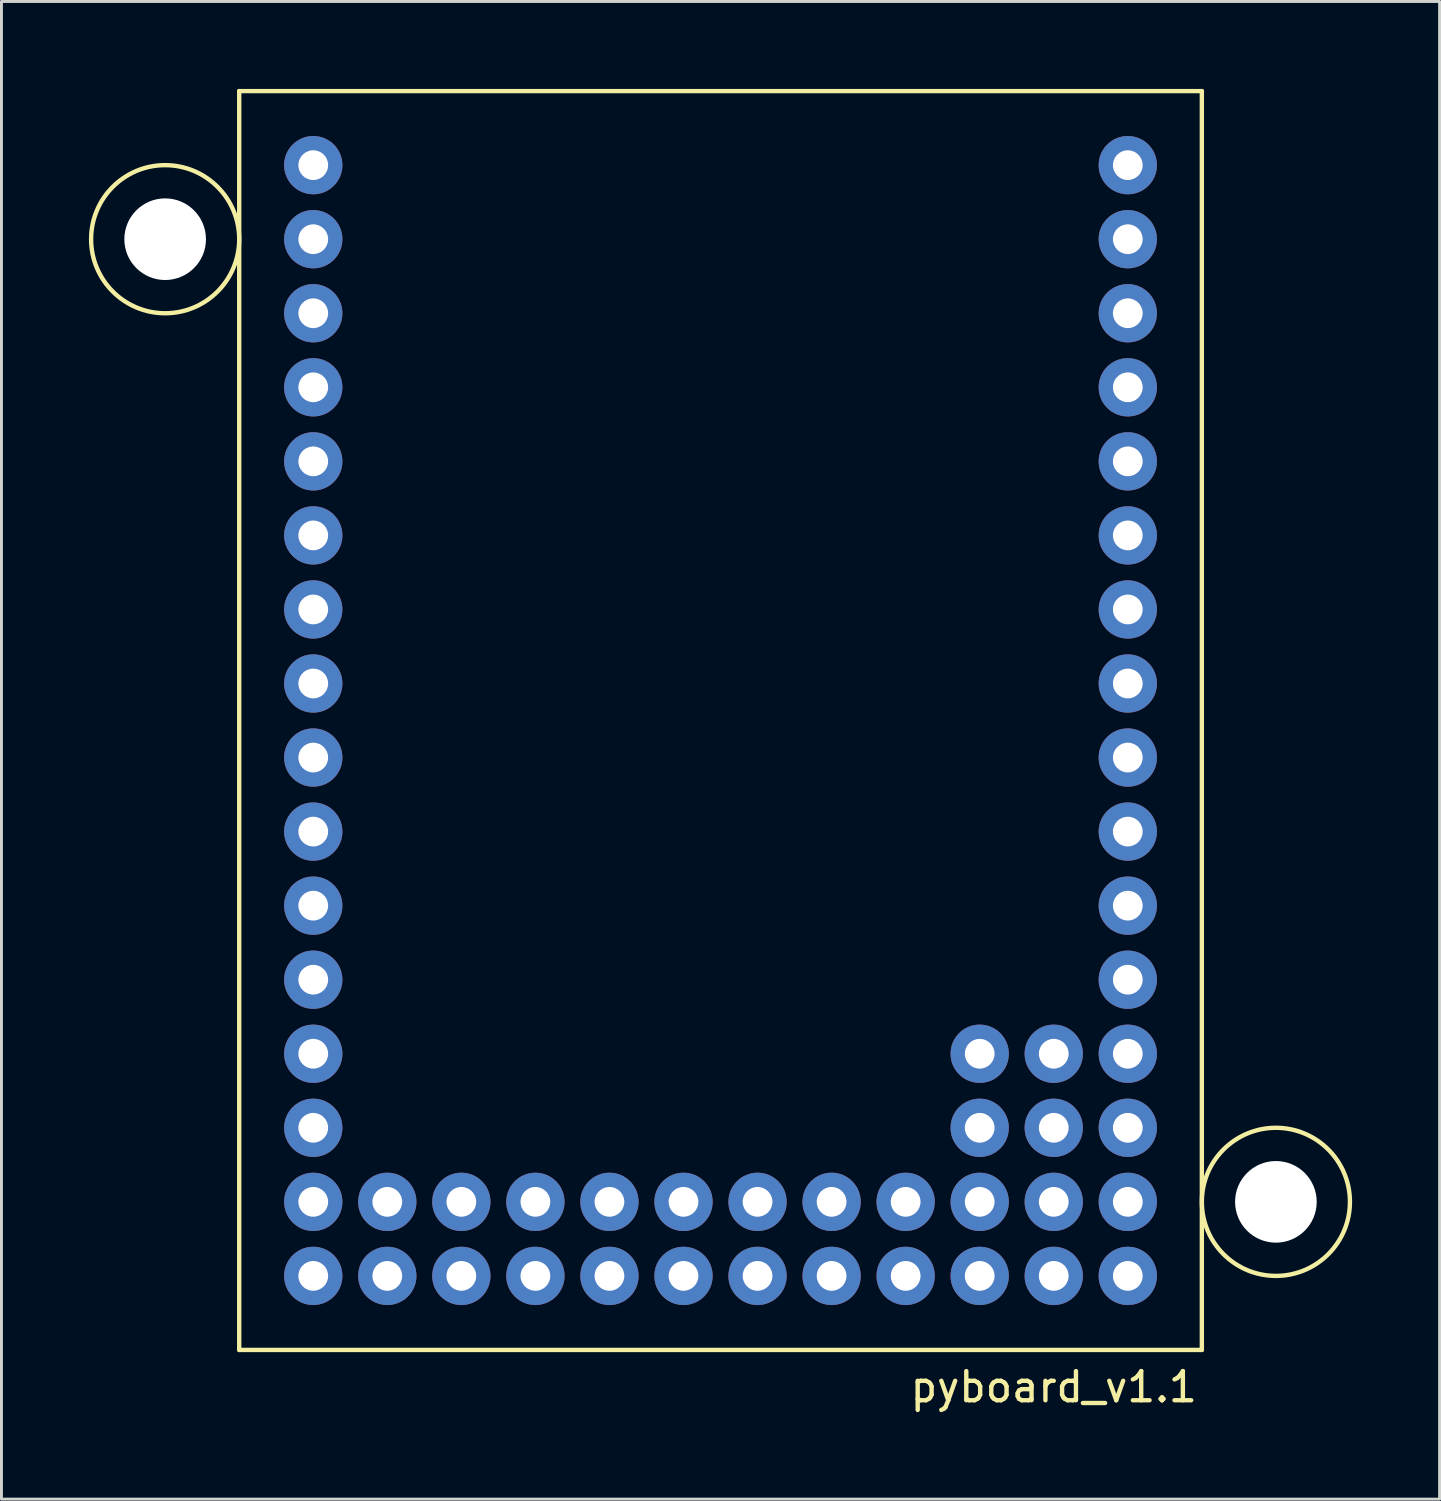
<source format=kicad_pcb>
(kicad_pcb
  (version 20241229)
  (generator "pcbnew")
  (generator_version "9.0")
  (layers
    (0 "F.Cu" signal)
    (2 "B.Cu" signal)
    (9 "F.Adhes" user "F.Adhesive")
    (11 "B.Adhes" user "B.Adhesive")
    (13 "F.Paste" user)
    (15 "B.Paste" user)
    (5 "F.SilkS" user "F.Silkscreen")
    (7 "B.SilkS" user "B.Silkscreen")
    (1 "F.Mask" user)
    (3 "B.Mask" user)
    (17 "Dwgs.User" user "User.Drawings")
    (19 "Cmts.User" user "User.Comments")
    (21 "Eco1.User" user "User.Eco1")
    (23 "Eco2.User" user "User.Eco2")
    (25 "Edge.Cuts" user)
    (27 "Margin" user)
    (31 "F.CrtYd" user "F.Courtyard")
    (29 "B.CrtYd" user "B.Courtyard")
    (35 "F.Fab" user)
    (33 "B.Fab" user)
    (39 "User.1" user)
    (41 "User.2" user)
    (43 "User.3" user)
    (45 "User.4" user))
  (footprint "pyboard_v1.1"
    (layer "F.Cu")
    (at 7.695 40.715)
    (property "Reference" "pyboard_v1.1" (at 25.4 3.81 0) (layer "F.SilkS") (effects (font (size 1 1) (thickness 0.15))))
    (attr through_hole)
    (fp_line (start -2.54 -40.64) (end 30.48 -40.64) (stroke (width 0.15) (type solid)) (layer "F.SilkS"))
    (fp_line (start -2.54 2.54) (end -2.54 -40.64) (stroke (width 0.15) (type solid)) (layer "F.SilkS"))
    (fp_line (start 30.48 -40.64) (end 30.48 2.54) (stroke (width 0.15) (type solid)) (layer "F.SilkS"))
    (fp_line (start 30.48 2.54) (end -2.54 2.54) (stroke (width 0.15) (type solid)) (layer "F.SilkS"))
    (fp_circle (center -5.08 -35.56) (end -5.08 -38.1) (stroke (width 0.15) (type solid)) (fill no) (layer "F.SilkS"))
    (fp_circle (center 33.02 -2.54) (end 35.56 -2.54) (stroke (width 0.15) (type solid)) (fill no) (layer "F.SilkS"))
    (pad "" np_thru_hole circle (at -5.08 -35.56) (size 2.8 2.8) (drill 2.8) (layers "*.Cu" "*.Mask"))
    (pad "" np_thru_hole circle (at 33.02 -2.54) (size 2.8 2.8) (drill 2.8) (layers "*.Cu" "*.Mask"))
    (pad "P1" thru_hole circle (at 2.54 -2.54) (size 2 2) (drill 1.02) (layers "*.Cu" "*.Mask"))
    (pad "P2" thru_hole circle (at 5.08 -2.54) (size 2 2) (drill 1.02) (layers "*.Cu" "*.Mask"))
    (pad "P3" thru_hole circle (at 7.62 -2.54) (size 2 2) (drill 1.02) (layers "*.Cu" "*.Mask"))
    (pad "P4" thru_hole circle (at 10.16 -2.54) (size 2 2) (drill 1.02) (layers "*.Cu" "*.Mask"))
    (pad "P5" thru_hole circle (at 12.7 -2.54) (size 2 2) (drill 1.02) (layers "*.Cu" "*.Mask"))
    (pad "P6" thru_hole circle (at 15.24 -2.54) (size 2 2) (drill 1.02) (layers "*.Cu" "*.Mask"))
    (pad "P7" thru_hole circle (at 17.78 -2.54) (size 2 2) (drill 1.02) (layers "*.Cu" "*.Mask"))
    (pad "P8" thru_hole circle (at 20.32 -2.54) (size 2 2) (drill 1.02) (layers "*.Cu" "*.Mask"))
    (pad "P9A" thru_hole circle (at 22.86 0) (size 2 2) (drill 1.02) (layers "*.Cu" "*.Mask"))
    (pad "P9B" thru_hole circle (at 22.86 -2.54) (size 2 2) (drill 1.02) (layers "*.Cu" "*.Mask"))
    (pad "P9C" thru_hole circle (at 22.86 -5.08) (size 2 2) (drill 1.02) (layers "*.Cu" "*.Mask"))
    (pad "P9D" thru_hole circle (at 22.86 -7.62) (size 2 2) (drill 1.02) (layers "*.Cu" "*.Mask"))
    (pad "P10A" thru_hole circle (at 25.4 0) (size 2 2) (drill 1.02) (layers "*.Cu" "*.Mask"))
    (pad "P10B" thru_hole circle (at 25.4 -2.54) (size 2 2) (drill 1.02) (layers "*.Cu" "*.Mask"))
    (pad "P10C" thru_hole circle (at 25.4 -5.08) (size 2 2) (drill 1.02) (layers "*.Cu" "*.Mask"))
    (pad "P10D" thru_hole circle (at 25.4 -7.62) (size 2 2) (drill 1.02) (layers "*.Cu" "*.Mask"))
    (pad "X1" thru_hole circle (at 27.94 0) (size 2 2) (drill 1.02) (layers "*.Cu" "*.Mask"))
    (pad "X2" thru_hole circle (at 27.94 -2.54) (size 2 2) (drill 1.02) (layers "*.Cu" "*.Mask"))
    (pad "X3" thru_hole circle (at 27.94 -5.08) (size 2 2) (drill 1.02) (layers "*.Cu" "*.Mask"))
    (pad "X4" thru_hole circle (at 27.94 -7.62) (size 2 2) (drill 1.02) (layers "*.Cu" "*.Mask"))
    (pad "X5" thru_hole circle (at 27.94 -10.16) (size 2 2) (drill 1.02) (layers "*.Cu" "*.Mask"))
    (pad "X6" thru_hole circle (at 27.94 -12.7) (size 2 2) (drill 1.02) (layers "*.Cu" "*.Mask"))
    (pad "X7" thru_hole circle (at 27.94 -15.24) (size 2 2) (drill 1.02) (layers "*.Cu" "*.Mask"))
    (pad "X8" thru_hole circle (at 27.94 -17.78) (size 2 2) (drill 1.02) (layers "*.Cu" "*.Mask"))
    (pad "X9" thru_hole circle (at 0 -17.78) (size 2 2) (drill 1.02) (layers "*.Cu" "*.Mask"))
    (pad "X10" thru_hole circle (at 0 -15.24) (size 2 2) (drill 1.02) (layers "*.Cu" "*.Mask"))
    (pad "X11" thru_hole circle (at 0 -12.7) (size 2 2) (drill 1.02) (layers "*.Cu" "*.Mask"))
    (pad "X12" thru_hole circle (at 0 -10.16) (size 2 2) (drill 1.02) (layers "*.Cu" "*.Mask"))
    (pad "X13" thru_hole circle (at 0 -7.62) (size 2 2) (drill 1.02) (layers "*.Cu" "*.Mask"))
    (pad "X14" thru_hole circle (at 0 -5.08) (size 2 2) (drill 1.02) (layers "*.Cu" "*.Mask"))
    (pad "X15" thru_hole circle (at 0 -2.54) (size 2 2) (drill 1.02) (layers "*.Cu" "*.Mask"))
    (pad "X16" thru_hole circle (at 0 0) (size 2 2) (drill 1.02) (layers "*.Cu" "*.Mask"))
    (pad "X17" thru_hole circle (at 2.54 0) (size 2 2) (drill 1.02) (layers "*.Cu" "*.Mask"))
    (pad "X18" thru_hole circle (at 5.08 0) (size 2 2) (drill 1.02) (layers "*.Cu" "*.Mask"))
    (pad "X19" thru_hole circle (at 7.62 0) (size 2 2) (drill 1.02) (layers "*.Cu" "*.Mask"))
    (pad "X20" thru_hole circle (at 10.16 0) (size 2 2) (drill 1.02) (layers "*.Cu" "*.Mask"))
    (pad "X21" thru_hole circle (at 12.7 0) (size 2 2) (drill 1.02) (layers "*.Cu" "*.Mask"))
    (pad "X22" thru_hole circle (at 15.24 0) (size 2 2) (drill 1.02) (layers "*.Cu" "*.Mask"))
    (pad "X23" thru_hole circle (at 17.78 0) (size 2 2) (drill 1.02) (layers "*.Cu" "*.Mask"))
    (pad "X24" thru_hole circle (at 20.32 0) (size 2 2) (drill 1.02) (layers "*.Cu" "*.Mask"))
    (pad "Y1" thru_hole circle (at 0 -38.1) (size 2 2) (drill 1.02) (layers "*.Cu" "*.Mask"))
    (pad "Y2" thru_hole circle (at 0 -35.56) (size 2 2) (drill 1.02) (layers "*.Cu" "*.Mask"))
    (pad "Y3" thru_hole circle (at 0 -33.02) (size 2 2) (drill 1.02) (layers "*.Cu" "*.Mask"))
    (pad "Y4" thru_hole circle (at 0 -30.48) (size 2 2) (drill 1.02) (layers "*.Cu" "*.Mask"))
    (pad "Y5" thru_hole circle (at 0 -27.94) (size 2 2) (drill 1.02) (layers "*.Cu" "*.Mask"))
    (pad "Y6" thru_hole circle (at 0 -25.4) (size 2 2) (drill 1.02) (layers "*.Cu" "*.Mask"))
    (pad "Y7" thru_hole circle (at 0 -22.86) (size 2 2) (drill 1.02) (layers "*.Cu" "*.Mask"))
    (pad "Y8" thru_hole circle (at 0 -20.32) (size 2 2) (drill 1.02) (layers "*.Cu" "*.Mask"))
    (pad "Y9" thru_hole circle (at 27.94 -20.32) (size 2 2) (drill 1.02) (layers "*.Cu" "*.Mask"))
    (pad "Y10" thru_hole circle (at 27.94 -22.86) (size 2 2) (drill 1.02) (layers "*.Cu" "*.Mask"))
    (pad "Y11" thru_hole circle (at 27.94 -25.4) (size 2 2) (drill 1.02) (layers "*.Cu" "*.Mask"))
    (pad "Y12" thru_hole circle (at 27.94 -27.94) (size 2 2) (drill 1.02) (layers "*.Cu" "*.Mask"))
    (pad "Y13" thru_hole circle (at 27.94 -30.48) (size 2 2) (drill 1.02) (layers "*.Cu" "*.Mask"))
    (pad "Y14" thru_hole circle (at 27.94 -33.02) (size 2 2) (drill 1.02) (layers "*.Cu" "*.Mask"))
    (pad "Y15" thru_hole circle (at 27.94 -35.56) (size 2 2) (drill 1.02) (layers "*.Cu" "*.Mask"))
    (pad "Y16" thru_hole circle (at 27.94 -38.1) (size 2 2) (drill 1.02) (layers "*.Cu" "*.Mask")))
  (gr_rect
    (start -3 -3)
    (end 46.33 48.373)
    (stroke (width 0.1) (type default))
    (fill no)
    (layer "Edge.Cuts")))
</source>
